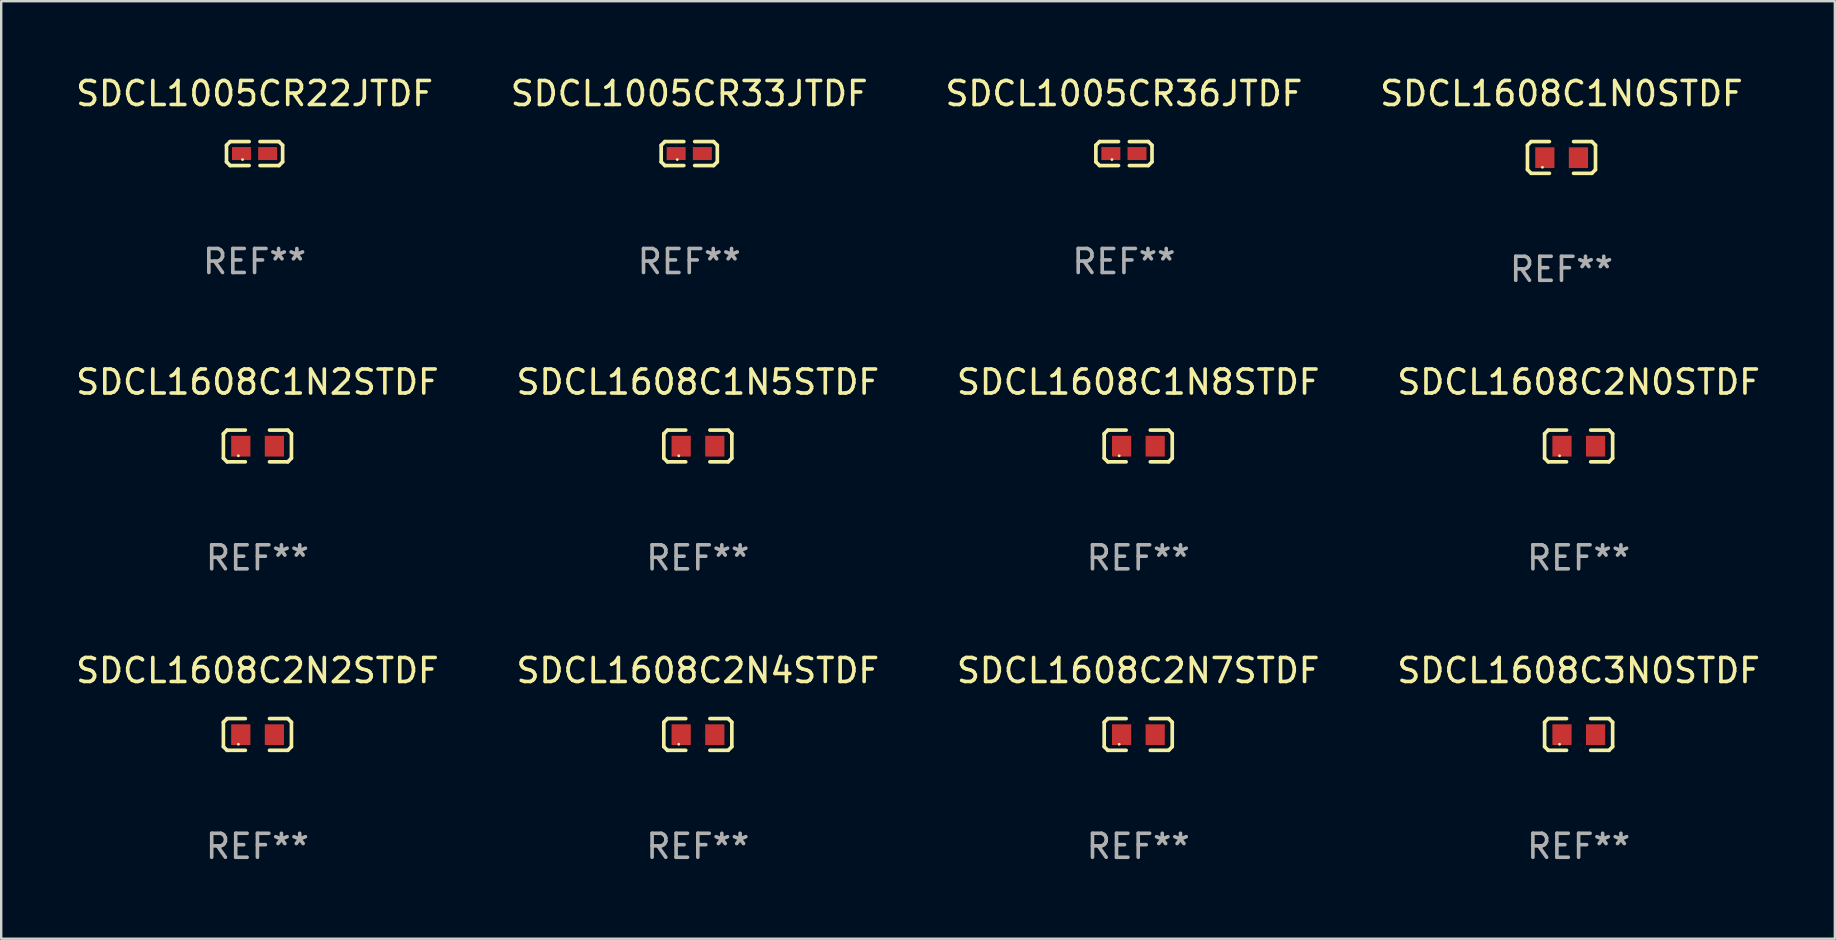
<source format=kicad_pcb>
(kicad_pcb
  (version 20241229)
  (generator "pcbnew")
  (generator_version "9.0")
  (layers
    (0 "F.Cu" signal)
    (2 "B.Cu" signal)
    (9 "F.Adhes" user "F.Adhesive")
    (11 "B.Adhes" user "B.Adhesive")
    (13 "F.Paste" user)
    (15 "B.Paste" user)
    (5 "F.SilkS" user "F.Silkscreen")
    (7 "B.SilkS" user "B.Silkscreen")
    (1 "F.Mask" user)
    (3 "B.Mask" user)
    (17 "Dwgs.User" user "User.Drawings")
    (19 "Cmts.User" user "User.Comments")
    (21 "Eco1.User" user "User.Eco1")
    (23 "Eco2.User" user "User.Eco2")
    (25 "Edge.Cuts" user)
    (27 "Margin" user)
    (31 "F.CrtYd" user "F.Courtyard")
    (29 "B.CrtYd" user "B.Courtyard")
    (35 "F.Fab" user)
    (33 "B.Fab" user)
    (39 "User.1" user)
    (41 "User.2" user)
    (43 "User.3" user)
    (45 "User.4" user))
  (footprint "SDCL1608C2N2STDF"
    (layer "F.Cu")
    (at 7.673 27.544)
    (property "Reference" "SDCL1608C2N2STDF" (at 0 -2.661 0) (layer "F.SilkS") (effects (font (size 1 1) (thickness 0.15))))
    (attr through_hole)
    (fp_line (start -1.417 -0.508) (end -1.265 -0.661) (stroke (width 0.152) (type solid)) (layer "F.SilkS"))
    (fp_line (start -1.417 0.508) (end -1.417 -0.508) (stroke (width 0.152) (type solid)) (layer "F.SilkS"))
    (fp_line (start -1.265 -0.661) (end -0.503 -0.661) (stroke (width 0.152) (type solid)) (layer "F.SilkS"))
    (fp_line (start -1.265 0.661) (end -1.417 0.508) (stroke (width 0.152) (type solid)) (layer "F.SilkS"))
    (fp_line (start -1.265 0.661) (end -0.503 0.661) (stroke (width 0.152) (type solid)) (layer "F.SilkS"))
    (fp_line (start 1.265 -0.661) (end 0.503 -0.661) (stroke (width 0.152) (type solid)) (layer "F.SilkS"))
    (fp_line (start 1.265 -0.661) (end 1.417 -0.508) (stroke (width 0.152) (type solid)) (layer "F.SilkS"))
    (fp_line (start 1.265 0.661) (end 0.503 0.661) (stroke (width 0.152) (type solid)) (layer "F.SilkS"))
    (fp_line (start 1.417 -0.508) (end 1.417 0.508) (stroke (width 0.152) (type solid)) (layer "F.SilkS"))
    (fp_line (start 1.417 0.508) (end 1.265 0.661) (stroke (width 0.152) (type solid)) (layer "F.SilkS"))
    (fp_circle (center -0.793 0.409) (end -0.763 0.409) (stroke (width 0.06) (type solid)) (fill no) (layer "F.SilkS"))
    (fp_text user "REF**" (at 0 4.661 0) (layer "F.Fab") (effects (font (size 1 1) (thickness 0.15))))
    (pad "1" smd rect (at -0.693 0.009 180) (size 0.8 0.864) (layers "F.Cu" "F.Mask" "F.Paste"))
    (pad "2" smd rect (at 0.707 0.009 180) (size 0.8 0.864) (layers "F.Cu" "F.Mask" "F.Paste")))
  (footprint "SDCL1608C3N0STDF"
    (layer "F.Cu")
    (at 62.708 27.544)
    (property "Reference" "SDCL1608C3N0STDF" (at 0 -2.661 0) (layer "F.SilkS") (effects (font (size 1 1) (thickness 0.15))))
    (attr through_hole)
    (fp_line (start -1.417 -0.508) (end -1.265 -0.661) (stroke (width 0.152) (type solid)) (layer "F.SilkS"))
    (fp_line (start -1.417 0.508) (end -1.417 -0.508) (stroke (width 0.152) (type solid)) (layer "F.SilkS"))
    (fp_line (start -1.265 -0.661) (end -0.503 -0.661) (stroke (width 0.152) (type solid)) (layer "F.SilkS"))
    (fp_line (start -1.265 0.661) (end -1.417 0.508) (stroke (width 0.152) (type solid)) (layer "F.SilkS"))
    (fp_line (start -1.265 0.661) (end -0.503 0.661) (stroke (width 0.152) (type solid)) (layer "F.SilkS"))
    (fp_line (start 1.265 -0.661) (end 0.503 -0.661) (stroke (width 0.152) (type solid)) (layer "F.SilkS"))
    (fp_line (start 1.265 -0.661) (end 1.417 -0.508) (stroke (width 0.152) (type solid)) (layer "F.SilkS"))
    (fp_line (start 1.265 0.661) (end 0.503 0.661) (stroke (width 0.152) (type solid)) (layer "F.SilkS"))
    (fp_line (start 1.417 -0.508) (end 1.417 0.508) (stroke (width 0.152) (type solid)) (layer "F.SilkS"))
    (fp_line (start 1.417 0.508) (end 1.265 0.661) (stroke (width 0.152) (type solid)) (layer "F.SilkS"))
    (fp_circle (center -0.793 0.409) (end -0.763 0.409) (stroke (width 0.06) (type solid)) (fill no) (layer "F.SilkS"))
    (fp_text user "REF**" (at 0 4.661 0) (layer "F.Fab") (effects (font (size 1 1) (thickness 0.15))))
    (pad "1" smd rect (at -0.693 0.009 180) (size 0.8 0.864) (layers "F.Cu" "F.Mask" "F.Paste"))
    (pad "2" smd rect (at 0.707 0.009 180) (size 0.8 0.864) (layers "F.Cu" "F.Mask" "F.Paste")))
  (footprint "SDCL1608C1N2STDF"
    (layer "F.Cu")
    (at 7.673 15.527)
    (property "Reference" "SDCL1608C1N2STDF" (at 0 -2.661 0) (layer "F.SilkS") (effects (font (size 1 1) (thickness 0.15))))
    (attr through_hole)
    (fp_line (start -1.417 -0.508) (end -1.265 -0.661) (stroke (width 0.152) (type solid)) (layer "F.SilkS"))
    (fp_line (start -1.417 0.508) (end -1.417 -0.508) (stroke (width 0.152) (type solid)) (layer "F.SilkS"))
    (fp_line (start -1.265 -0.661) (end -0.503 -0.661) (stroke (width 0.152) (type solid)) (layer "F.SilkS"))
    (fp_line (start -1.265 0.661) (end -1.417 0.508) (stroke (width 0.152) (type solid)) (layer "F.SilkS"))
    (fp_line (start -1.265 0.661) (end -0.503 0.661) (stroke (width 0.152) (type solid)) (layer "F.SilkS"))
    (fp_line (start 1.265 -0.661) (end 0.503 -0.661) (stroke (width 0.152) (type solid)) (layer "F.SilkS"))
    (fp_line (start 1.265 -0.661) (end 1.417 -0.508) (stroke (width 0.152) (type solid)) (layer "F.SilkS"))
    (fp_line (start 1.265 0.661) (end 0.503 0.661) (stroke (width 0.152) (type solid)) (layer "F.SilkS"))
    (fp_line (start 1.417 -0.508) (end 1.417 0.508) (stroke (width 0.152) (type solid)) (layer "F.SilkS"))
    (fp_line (start 1.417 0.508) (end 1.265 0.661) (stroke (width 0.152) (type solid)) (layer "F.SilkS"))
    (fp_circle (center -0.793 0.409) (end -0.763 0.409) (stroke (width 0.06) (type solid)) (fill no) (layer "F.SilkS"))
    (fp_text user "REF**" (at 0 4.661 0) (layer "F.Fab") (effects (font (size 1 1) (thickness 0.15))))
    (pad "1" smd rect (at -0.693 0.009 180) (size 0.8 0.864) (layers "F.Cu" "F.Mask" "F.Paste"))
    (pad "2" smd rect (at 0.707 0.009 180) (size 0.8 0.864) (layers "F.Cu" "F.Mask" "F.Paste")))
  (footprint "SDCL1608C1N8STDF"
    (layer "F.Cu")
    (at 44.363 15.527)
    (property "Reference" "SDCL1608C1N8STDF" (at 0 -2.661 0) (layer "F.SilkS") (effects (font (size 1 1) (thickness 0.15))))
    (attr through_hole)
    (fp_line (start -1.417 -0.508) (end -1.265 -0.661) (stroke (width 0.152) (type solid)) (layer "F.SilkS"))
    (fp_line (start -1.417 0.508) (end -1.417 -0.508) (stroke (width 0.152) (type solid)) (layer "F.SilkS"))
    (fp_line (start -1.265 -0.661) (end -0.503 -0.661) (stroke (width 0.152) (type solid)) (layer "F.SilkS"))
    (fp_line (start -1.265 0.661) (end -1.417 0.508) (stroke (width 0.152) (type solid)) (layer "F.SilkS"))
    (fp_line (start -1.265 0.661) (end -0.503 0.661) (stroke (width 0.152) (type solid)) (layer "F.SilkS"))
    (fp_line (start 1.265 -0.661) (end 0.503 -0.661) (stroke (width 0.152) (type solid)) (layer "F.SilkS"))
    (fp_line (start 1.265 -0.661) (end 1.417 -0.508) (stroke (width 0.152) (type solid)) (layer "F.SilkS"))
    (fp_line (start 1.265 0.661) (end 0.503 0.661) (stroke (width 0.152) (type solid)) (layer "F.SilkS"))
    (fp_line (start 1.417 -0.508) (end 1.417 0.508) (stroke (width 0.152) (type solid)) (layer "F.SilkS"))
    (fp_line (start 1.417 0.508) (end 1.265 0.661) (stroke (width 0.152) (type solid)) (layer "F.SilkS"))
    (fp_circle (center -0.793 0.409) (end -0.763 0.409) (stroke (width 0.06) (type solid)) (fill no) (layer "F.SilkS"))
    (fp_text user "REF**" (at 0 4.661 0) (layer "F.Fab") (effects (font (size 1 1) (thickness 0.15))))
    (pad "1" smd rect (at -0.693 0.009 180) (size 0.8 0.864) (layers "F.Cu" "F.Mask" "F.Paste"))
    (pad "2" smd rect (at 0.707 0.009 180) (size 0.8 0.864) (layers "F.Cu" "F.Mask" "F.Paste")))
  (footprint "SDCL1608C2N7STDF"
    (layer "F.Cu")
    (at 44.363 27.544)
    (property "Reference" "SDCL1608C2N7STDF" (at 0 -2.661 0) (layer "F.SilkS") (effects (font (size 1 1) (thickness 0.15))))
    (attr through_hole)
    (fp_line (start -1.417 -0.508) (end -1.265 -0.661) (stroke (width 0.152) (type solid)) (layer "F.SilkS"))
    (fp_line (start -1.417 0.508) (end -1.417 -0.508) (stroke (width 0.152) (type solid)) (layer "F.SilkS"))
    (fp_line (start -1.265 -0.661) (end -0.503 -0.661) (stroke (width 0.152) (type solid)) (layer "F.SilkS"))
    (fp_line (start -1.265 0.661) (end -1.417 0.508) (stroke (width 0.152) (type solid)) (layer "F.SilkS"))
    (fp_line (start -1.265 0.661) (end -0.503 0.661) (stroke (width 0.152) (type solid)) (layer "F.SilkS"))
    (fp_line (start 1.265 -0.661) (end 0.503 -0.661) (stroke (width 0.152) (type solid)) (layer "F.SilkS"))
    (fp_line (start 1.265 -0.661) (end 1.417 -0.508) (stroke (width 0.152) (type solid)) (layer "F.SilkS"))
    (fp_line (start 1.265 0.661) (end 0.503 0.661) (stroke (width 0.152) (type solid)) (layer "F.SilkS"))
    (fp_line (start 1.417 -0.508) (end 1.417 0.508) (stroke (width 0.152) (type solid)) (layer "F.SilkS"))
    (fp_line (start 1.417 0.508) (end 1.265 0.661) (stroke (width 0.152) (type solid)) (layer "F.SilkS"))
    (fp_circle (center -0.793 0.409) (end -0.763 0.409) (stroke (width 0.06) (type solid)) (fill no) (layer "F.SilkS"))
    (fp_text user "REF**" (at 0 4.661 0) (layer "F.Fab") (effects (font (size 1 1) (thickness 0.15))))
    (pad "1" smd rect (at -0.693 0.009 180) (size 0.8 0.864) (layers "F.Cu" "F.Mask" "F.Paste"))
    (pad "2" smd rect (at 0.707 0.009 180) (size 0.8 0.864) (layers "F.Cu" "F.Mask" "F.Paste")))
  (footprint "SDCL1608C2N4STDF"
    (layer "F.Cu")
    (at 26.018 27.544)
    (property "Reference" "SDCL1608C2N4STDF" (at 0 -2.661 0) (layer "F.SilkS") (effects (font (size 1 1) (thickness 0.15))))
    (attr through_hole)
    (fp_line (start -1.417 -0.508) (end -1.265 -0.661) (stroke (width 0.152) (type solid)) (layer "F.SilkS"))
    (fp_line (start -1.417 0.508) (end -1.417 -0.508) (stroke (width 0.152) (type solid)) (layer "F.SilkS"))
    (fp_line (start -1.265 -0.661) (end -0.503 -0.661) (stroke (width 0.152) (type solid)) (layer "F.SilkS"))
    (fp_line (start -1.265 0.661) (end -1.417 0.508) (stroke (width 0.152) (type solid)) (layer "F.SilkS"))
    (fp_line (start -1.265 0.661) (end -0.503 0.661) (stroke (width 0.152) (type solid)) (layer "F.SilkS"))
    (fp_line (start 1.265 -0.661) (end 0.503 -0.661) (stroke (width 0.152) (type solid)) (layer "F.SilkS"))
    (fp_line (start 1.265 -0.661) (end 1.417 -0.508) (stroke (width 0.152) (type solid)) (layer "F.SilkS"))
    (fp_line (start 1.265 0.661) (end 0.503 0.661) (stroke (width 0.152) (type solid)) (layer "F.SilkS"))
    (fp_line (start 1.417 -0.508) (end 1.417 0.508) (stroke (width 0.152) (type solid)) (layer "F.SilkS"))
    (fp_line (start 1.417 0.508) (end 1.265 0.661) (stroke (width 0.152) (type solid)) (layer "F.SilkS"))
    (fp_circle (center -0.793 0.409) (end -0.763 0.409) (stroke (width 0.06) (type solid)) (fill no) (layer "F.SilkS"))
    (fp_text user "REF**" (at 0 4.661 0) (layer "F.Fab") (effects (font (size 1 1) (thickness 0.15))))
    (pad "1" smd rect (at -0.693 0.009 180) (size 0.8 0.864) (layers "F.Cu" "F.Mask" "F.Paste"))
    (pad "2" smd rect (at 0.707 0.009 180) (size 0.8 0.864) (layers "F.Cu" "F.Mask" "F.Paste")))
  (footprint "SDCL1608C2N0STDF"
    (layer "F.Cu")
    (at 62.708 15.527)
    (property "Reference" "SDCL1608C2N0STDF" (at 0 -2.661 0) (layer "F.SilkS") (effects (font (size 1 1) (thickness 0.15))))
    (attr through_hole)
    (fp_line (start -1.417 -0.508) (end -1.265 -0.661) (stroke (width 0.152) (type solid)) (layer "F.SilkS"))
    (fp_line (start -1.417 0.508) (end -1.417 -0.508) (stroke (width 0.152) (type solid)) (layer "F.SilkS"))
    (fp_line (start -1.265 -0.661) (end -0.503 -0.661) (stroke (width 0.152) (type solid)) (layer "F.SilkS"))
    (fp_line (start -1.265 0.661) (end -1.417 0.508) (stroke (width 0.152) (type solid)) (layer "F.SilkS"))
    (fp_line (start -1.265 0.661) (end -0.503 0.661) (stroke (width 0.152) (type solid)) (layer "F.SilkS"))
    (fp_line (start 1.265 -0.661) (end 0.503 -0.661) (stroke (width 0.152) (type solid)) (layer "F.SilkS"))
    (fp_line (start 1.265 -0.661) (end 1.417 -0.508) (stroke (width 0.152) (type solid)) (layer "F.SilkS"))
    (fp_line (start 1.265 0.661) (end 0.503 0.661) (stroke (width 0.152) (type solid)) (layer "F.SilkS"))
    (fp_line (start 1.417 -0.508) (end 1.417 0.508) (stroke (width 0.152) (type solid)) (layer "F.SilkS"))
    (fp_line (start 1.417 0.508) (end 1.265 0.661) (stroke (width 0.152) (type solid)) (layer "F.SilkS"))
    (fp_circle (center -0.793 0.409) (end -0.763 0.409) (stroke (width 0.06) (type solid)) (fill no) (layer "F.SilkS"))
    (fp_text user "REF**" (at 0 4.661 0) (layer "F.Fab") (effects (font (size 1 1) (thickness 0.15))))
    (pad "1" smd rect (at -0.693 0.009 180) (size 0.8 0.864) (layers "F.Cu" "F.Mask" "F.Paste"))
    (pad "2" smd rect (at 0.707 0.009 180) (size 0.8 0.864) (layers "F.Cu" "F.Mask" "F.Paste")))
  (footprint "SDCL1005CR33JTDF"
    (layer "F.Cu")
    (at 25.661 3.347)
    (property "Reference" "SDCL1005CR33JTDF" (at 0 -2.499 0) (layer "F.SilkS") (effects (font (size 1 1) (thickness 0.15))))
    (attr through_hole)
    (fp_line (start -1.169 -0.346) (end -1.016 -0.499) (stroke (width 0.152) (type solid)) (layer "F.SilkS"))
    (fp_line (start -1.169 0.346) (end -1.169 -0.346) (stroke (width 0.152) (type solid)) (layer "F.SilkS"))
    (fp_line (start -1.016 -0.499) (end -0.226 -0.499) (stroke (width 0.152) (type solid)) (layer "F.SilkS"))
    (fp_line (start -1.016 0.499) (end -1.169 0.346) (stroke (width 0.152) (type solid)) (layer "F.SilkS"))
    (fp_line (start -0.226 0.499) (end -1.016 0.499) (stroke (width 0.152) (type solid)) (layer "F.SilkS"))
    (fp_line (start 0.226 0.499) (end 1.016 0.499) (stroke (width 0.152) (type solid)) (layer "F.SilkS"))
    (fp_line (start 1.016 -0.499) (end 0.226 -0.499) (stroke (width 0.152) (type solid)) (layer "F.SilkS"))
    (fp_line (start 1.016 0.499) (end 1.169 0.346) (stroke (width 0.152) (type solid)) (layer "F.SilkS"))
    (fp_line (start 1.169 -0.346) (end 1.016 -0.499) (stroke (width 0.152) (type solid)) (layer "F.SilkS"))
    (fp_line (start 1.169 0.346) (end 1.169 -0.346) (stroke (width 0.152) (type solid)) (layer "F.SilkS"))
    (fp_circle (center -0.5 0.25) (end -0.47 0.25) (stroke (width 0.06) (type solid)) (fill no) (layer "F.SilkS"))
    (fp_text user "REF**" (at 0 4.499 0) (layer "F.Fab") (effects (font (size 1 1) (thickness 0.15))))
    (pad "1" smd rect (at -0.545 0) (size 0.79 0.54) (layers "F.Cu" "F.Mask" "F.Paste"))
    (pad "2" smd rect (at 0.545 0) (size 0.79 0.54) (layers "F.Cu" "F.Mask" "F.Paste")))
  (footprint "SDCL1608C1N0STDF"
    (layer "F.Cu")
    (at 61.994 3.509)
    (property "Reference" "SDCL1608C1N0STDF" (at 0 -2.661 0) (layer "F.SilkS") (effects (font (size 1 1) (thickness 0.15))))
    (attr through_hole)
    (fp_line (start -1.417 -0.508) (end -1.265 -0.661) (stroke (width 0.152) (type solid)) (layer "F.SilkS"))
    (fp_line (start -1.417 0.508) (end -1.417 -0.508) (stroke (width 0.152) (type solid)) (layer "F.SilkS"))
    (fp_line (start -1.265 -0.661) (end -0.503 -0.661) (stroke (width 0.152) (type solid)) (layer "F.SilkS"))
    (fp_line (start -1.265 0.661) (end -1.417 0.508) (stroke (width 0.152) (type solid)) (layer "F.SilkS"))
    (fp_line (start -1.265 0.661) (end -0.503 0.661) (stroke (width 0.152) (type solid)) (layer "F.SilkS"))
    (fp_line (start 1.265 -0.661) (end 0.503 -0.661) (stroke (width 0.152) (type solid)) (layer "F.SilkS"))
    (fp_line (start 1.265 -0.661) (end 1.417 -0.508) (stroke (width 0.152) (type solid)) (layer "F.SilkS"))
    (fp_line (start 1.265 0.661) (end 0.503 0.661) (stroke (width 0.152) (type solid)) (layer "F.SilkS"))
    (fp_line (start 1.417 -0.508) (end 1.417 0.508) (stroke (width 0.152) (type solid)) (layer "F.SilkS"))
    (fp_line (start 1.417 0.508) (end 1.265 0.661) (stroke (width 0.152) (type solid)) (layer "F.SilkS"))
    (fp_circle (center -0.793 0.409) (end -0.763 0.409) (stroke (width 0.06) (type solid)) (fill no) (layer "F.SilkS"))
    (fp_text user "REF**" (at 0 4.661 0) (layer "F.Fab") (effects (font (size 1 1) (thickness 0.15))))
    (pad "1" smd rect (at -0.693 0.009 180) (size 0.8 0.864) (layers "F.Cu" "F.Mask" "F.Paste"))
    (pad "2" smd rect (at 0.707 0.009 180) (size 0.8 0.864) (layers "F.Cu" "F.Mask" "F.Paste")))
  (footprint "SDCL1005CR22JTDF"
    (layer "F.Cu")
    (at 7.554 3.347)
    (property "Reference" "SDCL1005CR22JTDF" (at 0 -2.499 0) (layer "F.SilkS") (effects (font (size 1 1) (thickness 0.15))))
    (attr through_hole)
    (fp_line (start -1.169 -0.346) (end -1.016 -0.499) (stroke (width 0.152) (type solid)) (layer "F.SilkS"))
    (fp_line (start -1.169 0.346) (end -1.169 -0.346) (stroke (width 0.152) (type solid)) (layer "F.SilkS"))
    (fp_line (start -1.016 -0.499) (end -0.226 -0.499) (stroke (width 0.152) (type solid)) (layer "F.SilkS"))
    (fp_line (start -1.016 0.499) (end -1.169 0.346) (stroke (width 0.152) (type solid)) (layer "F.SilkS"))
    (fp_line (start -0.226 0.499) (end -1.016 0.499) (stroke (width 0.152) (type solid)) (layer "F.SilkS"))
    (fp_line (start 0.226 0.499) (end 1.016 0.499) (stroke (width 0.152) (type solid)) (layer "F.SilkS"))
    (fp_line (start 1.016 -0.499) (end 0.226 -0.499) (stroke (width 0.152) (type solid)) (layer "F.SilkS"))
    (fp_line (start 1.016 0.499) (end 1.169 0.346) (stroke (width 0.152) (type solid)) (layer "F.SilkS"))
    (fp_line (start 1.169 -0.346) (end 1.016 -0.499) (stroke (width 0.152) (type solid)) (layer "F.SilkS"))
    (fp_line (start 1.169 0.346) (end 1.169 -0.346) (stroke (width 0.152) (type solid)) (layer "F.SilkS"))
    (fp_circle (center -0.5 0.25) (end -0.47 0.25) (stroke (width 0.06) (type solid)) (fill no) (layer "F.SilkS"))
    (fp_text user "REF**" (at 0 4.499 0) (layer "F.Fab") (effects (font (size 1 1) (thickness 0.15))))
    (pad "1" smd rect (at -0.545 0) (size 0.79 0.54) (layers "F.Cu" "F.Mask" "F.Paste"))
    (pad "2" smd rect (at 0.545 0) (size 0.79 0.54) (layers "F.Cu" "F.Mask" "F.Paste")))
  (footprint "SDCL1608C1N5STDF"
    (layer "F.Cu")
    (at 26.018 15.527)
    (property "Reference" "SDCL1608C1N5STDF" (at 0 -2.661 0) (layer "F.SilkS") (effects (font (size 1 1) (thickness 0.15))))
    (attr through_hole)
    (fp_line (start -1.417 -0.508) (end -1.265 -0.661) (stroke (width 0.152) (type solid)) (layer "F.SilkS"))
    (fp_line (start -1.417 0.508) (end -1.417 -0.508) (stroke (width 0.152) (type solid)) (layer "F.SilkS"))
    (fp_line (start -1.265 -0.661) (end -0.503 -0.661) (stroke (width 0.152) (type solid)) (layer "F.SilkS"))
    (fp_line (start -1.265 0.661) (end -1.417 0.508) (stroke (width 0.152) (type solid)) (layer "F.SilkS"))
    (fp_line (start -1.265 0.661) (end -0.503 0.661) (stroke (width 0.152) (type solid)) (layer "F.SilkS"))
    (fp_line (start 1.265 -0.661) (end 0.503 -0.661) (stroke (width 0.152) (type solid)) (layer "F.SilkS"))
    (fp_line (start 1.265 -0.661) (end 1.417 -0.508) (stroke (width 0.152) (type solid)) (layer "F.SilkS"))
    (fp_line (start 1.265 0.661) (end 0.503 0.661) (stroke (width 0.152) (type solid)) (layer "F.SilkS"))
    (fp_line (start 1.417 -0.508) (end 1.417 0.508) (stroke (width 0.152) (type solid)) (layer "F.SilkS"))
    (fp_line (start 1.417 0.508) (end 1.265 0.661) (stroke (width 0.152) (type solid)) (layer "F.SilkS"))
    (fp_circle (center -0.793 0.409) (end -0.763 0.409) (stroke (width 0.06) (type solid)) (fill no) (layer "F.SilkS"))
    (fp_text user "REF**" (at 0 4.661 0) (layer "F.Fab") (effects (font (size 1 1) (thickness 0.15))))
    (pad "1" smd rect (at -0.693 0.009 180) (size 0.8 0.864) (layers "F.Cu" "F.Mask" "F.Paste"))
    (pad "2" smd rect (at 0.707 0.009 180) (size 0.8 0.864) (layers "F.Cu" "F.Mask" "F.Paste")))
  (footprint "SDCL1005CR36JTDF"
    (layer "F.Cu")
    (at 43.768 3.347)
    (property "Reference" "SDCL1005CR36JTDF" (at 0 -2.499 0) (layer "F.SilkS") (effects (font (size 1 1) (thickness 0.15))))
    (attr through_hole)
    (fp_line (start -1.169 -0.346) (end -1.016 -0.499) (stroke (width 0.152) (type solid)) (layer "F.SilkS"))
    (fp_line (start -1.169 0.346) (end -1.169 -0.346) (stroke (width 0.152) (type solid)) (layer "F.SilkS"))
    (fp_line (start -1.016 -0.499) (end -0.226 -0.499) (stroke (width 0.152) (type solid)) (layer "F.SilkS"))
    (fp_line (start -1.016 0.499) (end -1.169 0.346) (stroke (width 0.152) (type solid)) (layer "F.SilkS"))
    (fp_line (start -0.226 0.499) (end -1.016 0.499) (stroke (width 0.152) (type solid)) (layer "F.SilkS"))
    (fp_line (start 0.226 0.499) (end 1.016 0.499) (stroke (width 0.152) (type solid)) (layer "F.SilkS"))
    (fp_line (start 1.016 -0.499) (end 0.226 -0.499) (stroke (width 0.152) (type solid)) (layer "F.SilkS"))
    (fp_line (start 1.016 0.499) (end 1.169 0.346) (stroke (width 0.152) (type solid)) (layer "F.SilkS"))
    (fp_line (start 1.169 -0.346) (end 1.016 -0.499) (stroke (width 0.152) (type solid)) (layer "F.SilkS"))
    (fp_line (start 1.169 0.346) (end 1.169 -0.346) (stroke (width 0.152) (type solid)) (layer "F.SilkS"))
    (fp_circle (center -0.5 0.25) (end -0.47 0.25) (stroke (width 0.06) (type solid)) (fill no) (layer "F.SilkS"))
    (fp_text user "REF**" (at 0 4.499 0) (layer "F.Fab") (effects (font (size 1 1) (thickness 0.15))))
    (pad "1" smd rect (at -0.545 0) (size 0.79 0.54) (layers "F.Cu" "F.Mask" "F.Paste"))
    (pad "2" smd rect (at 0.545 0) (size 0.79 0.54) (layers "F.Cu" "F.Mask" "F.Paste")))
  (gr_rect
    (start -3 -3)
    (end 73.381 36.053)
    (stroke (width 0.1) (type default))
    (fill no)
    (layer "Edge.Cuts")))
</source>
